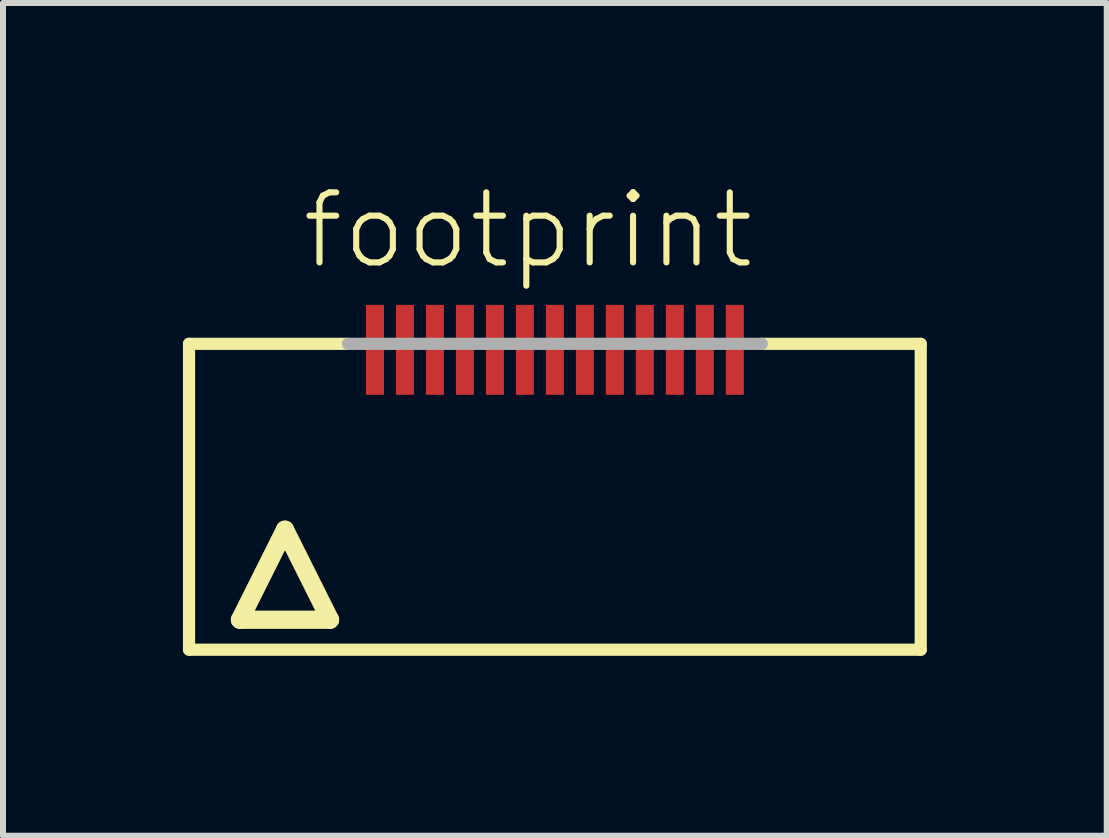
<source format=kicad_pcb>
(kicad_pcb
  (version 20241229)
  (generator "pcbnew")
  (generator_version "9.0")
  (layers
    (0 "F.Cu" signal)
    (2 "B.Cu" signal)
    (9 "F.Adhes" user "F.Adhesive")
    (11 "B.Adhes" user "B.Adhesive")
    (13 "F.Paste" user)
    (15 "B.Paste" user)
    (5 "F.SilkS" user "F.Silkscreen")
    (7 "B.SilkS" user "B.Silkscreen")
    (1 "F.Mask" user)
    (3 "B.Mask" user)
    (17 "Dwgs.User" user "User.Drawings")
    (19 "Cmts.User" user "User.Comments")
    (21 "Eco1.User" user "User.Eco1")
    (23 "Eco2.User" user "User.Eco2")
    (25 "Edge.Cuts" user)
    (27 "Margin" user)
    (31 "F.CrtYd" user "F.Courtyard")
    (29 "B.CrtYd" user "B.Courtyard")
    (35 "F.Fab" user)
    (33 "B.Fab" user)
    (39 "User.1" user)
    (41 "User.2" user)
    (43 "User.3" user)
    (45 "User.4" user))
  (footprint "footprint"
    (layer "F.Cu")
    (at 6.202 5.283)
    (property "Reference" "footprint" (at -4.27 -3.81 0) (layer "F.SilkS") (effects (font (size 1.168 1.168) (thickness 0.102)) (justify left bottom)))
    (fp_line (start -6.1 -2.6) (end -3.45 -2.6) (stroke (width 0.203) (type solid)) (layer "F.SilkS"))
    (fp_line (start -6.1 2.5) (end -6.1 -2.6) (stroke (width 0.203) (type solid)) (layer "F.SilkS"))
    (fp_line (start -5.25 2) (end -3.75 2) (stroke (width 0.305) (type solid)) (layer "F.SilkS"))
    (fp_line (start -4.5 0.5) (end -5.25 2) (stroke (width 0.305) (type solid)) (layer "F.SilkS"))
    (fp_line (start -3.75 2) (end -4.5 0.5) (stroke (width 0.305) (type solid)) (layer "F.SilkS"))
    (fp_line (start 3.45 -2.6) (end 6.1 -2.6) (stroke (width 0.203) (type solid)) (layer "F.SilkS"))
    (fp_line (start 6.1 -2.6) (end 6.1 2.5) (stroke (width 0.203) (type solid)) (layer "F.SilkS"))
    (fp_line (start 6.1 2.5) (end -6.1 2.5) (stroke (width 0.203) (type solid)) (layer "F.SilkS"))
    (fp_line (start -3.45 -2.6) (end 3.45 -2.6) (stroke (width 0.203) (type solid)) (layer "F.Fab"))
    (pad "1" smd rect (at -3 -2.5) (size 0.3 1.5) (layers "F.Cu" "F.Mask" "F.Paste"))
    (pad "2" smd rect (at -2.5 -2.5) (size 0.3 1.5) (layers "F.Cu" "F.Mask" "F.Paste"))
    (pad "3" smd rect (at -2 -2.5) (size 0.3 1.5) (layers "F.Cu" "F.Mask" "F.Paste"))
    (pad "4" smd rect (at -1.5 -2.5) (size 0.3 1.5) (layers "F.Cu" "F.Mask" "F.Paste"))
    (pad "5" smd rect (at -1 -2.5) (size 0.3 1.5) (layers "F.Cu" "F.Mask" "F.Paste"))
    (pad "6" smd rect (at -0.5 -2.5) (size 0.3 1.5) (layers "F.Cu" "F.Mask" "F.Paste"))
    (pad "7" smd rect (at 0 -2.5) (size 0.3 1.5) (layers "F.Cu" "F.Mask" "F.Paste"))
    (pad "8" smd rect (at 0.5 -2.5) (size 0.3 1.5) (layers "F.Cu" "F.Mask" "F.Paste"))
    (pad "9" smd rect (at 1 -2.5) (size 0.3 1.5) (layers "F.Cu" "F.Mask" "F.Paste"))
    (pad "10" smd rect (at 1.5 -2.5) (size 0.3 1.5) (layers "F.Cu" "F.Mask" "F.Paste"))
    (pad "11" smd rect (at 2 -2.5) (size 0.3 1.5) (layers "F.Cu" "F.Mask" "F.Paste"))
    (pad "12" smd rect (at 2.5 -2.5) (size 0.3 1.5) (layers "F.Cu" "F.Mask" "F.Paste"))
    (pad "13" smd rect (at 3 -2.5) (size 0.3 1.5) (layers "F.Cu" "F.Mask" "F.Paste")))
  (gr_rect
    (start -3 -3)
    (end 15.403 10.885)
    (stroke (width 0.1) (type default))
    (fill no)
    (layer "Edge.Cuts")))
</source>
